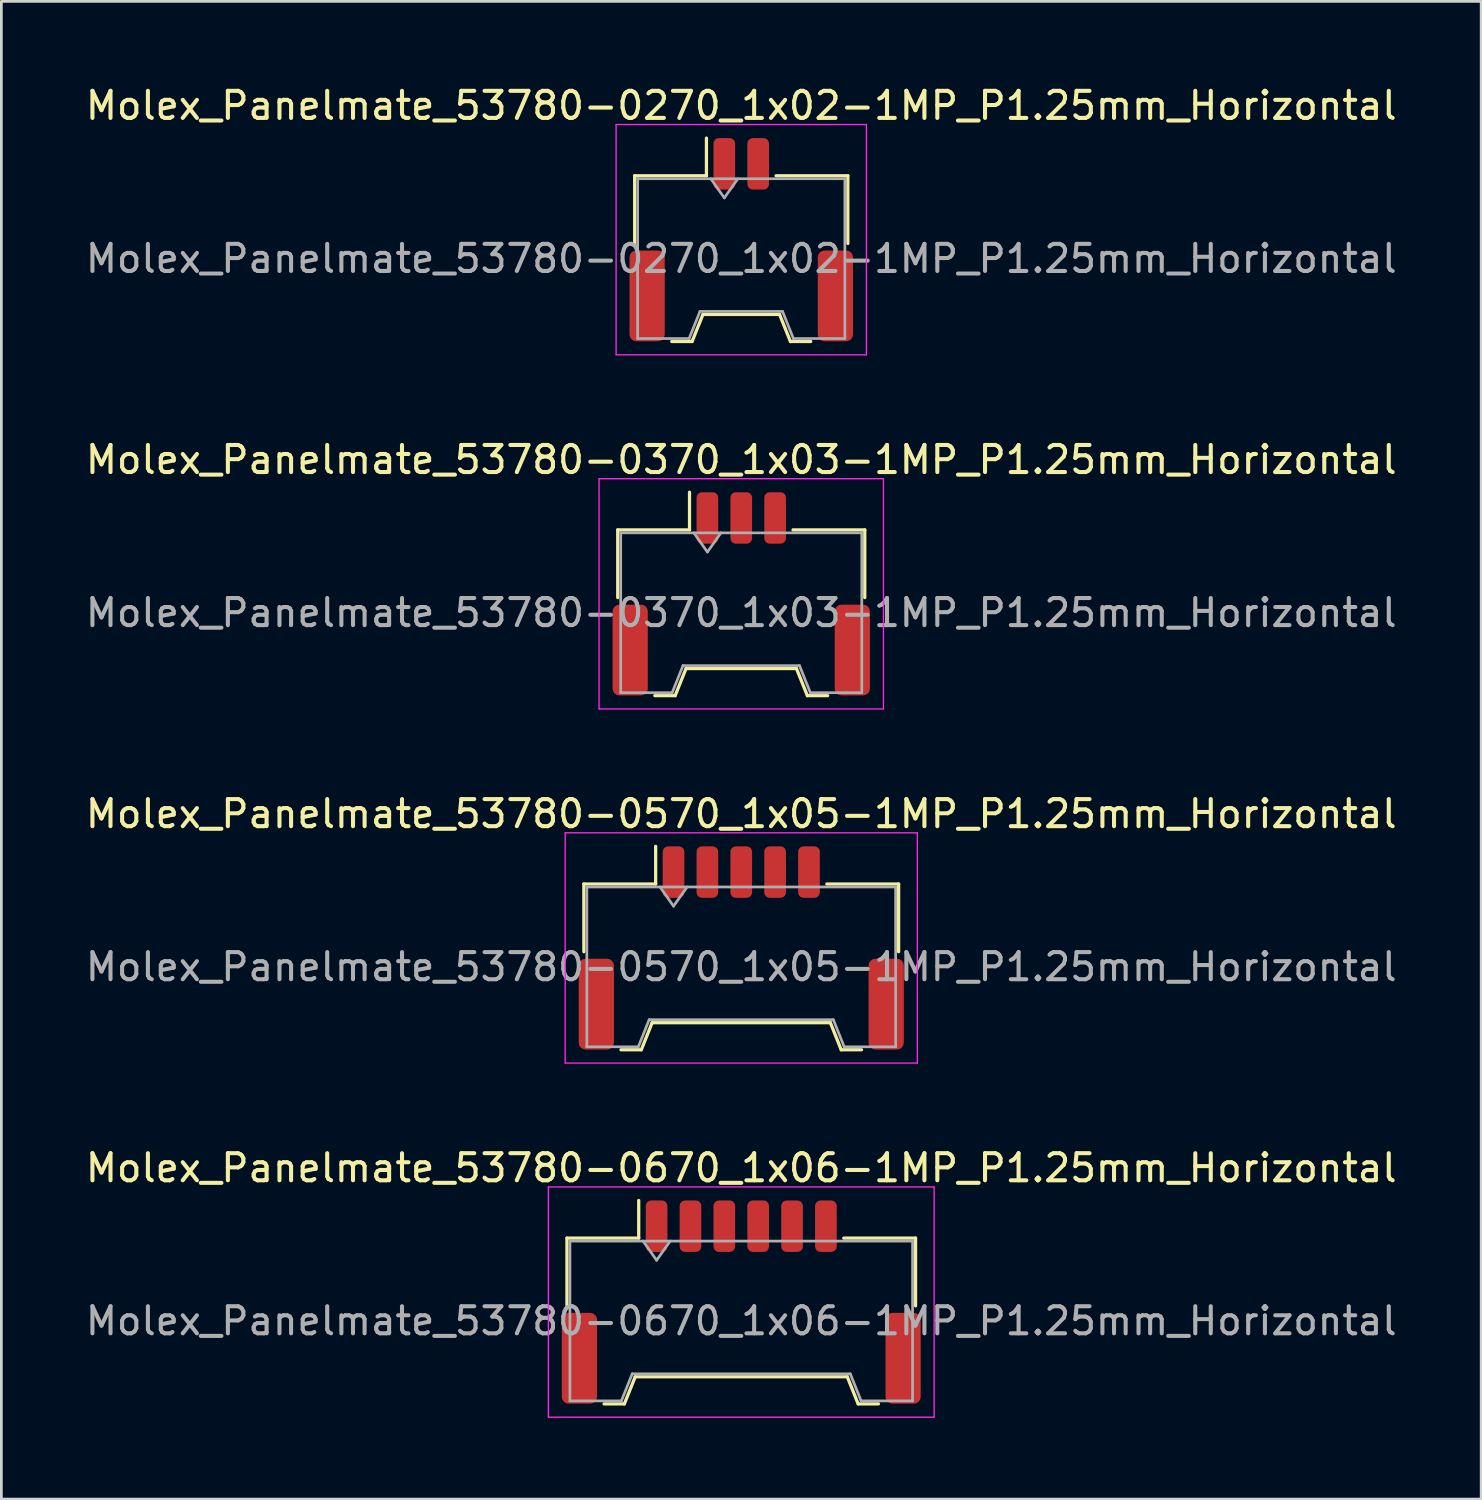
<source format=kicad_pcb>
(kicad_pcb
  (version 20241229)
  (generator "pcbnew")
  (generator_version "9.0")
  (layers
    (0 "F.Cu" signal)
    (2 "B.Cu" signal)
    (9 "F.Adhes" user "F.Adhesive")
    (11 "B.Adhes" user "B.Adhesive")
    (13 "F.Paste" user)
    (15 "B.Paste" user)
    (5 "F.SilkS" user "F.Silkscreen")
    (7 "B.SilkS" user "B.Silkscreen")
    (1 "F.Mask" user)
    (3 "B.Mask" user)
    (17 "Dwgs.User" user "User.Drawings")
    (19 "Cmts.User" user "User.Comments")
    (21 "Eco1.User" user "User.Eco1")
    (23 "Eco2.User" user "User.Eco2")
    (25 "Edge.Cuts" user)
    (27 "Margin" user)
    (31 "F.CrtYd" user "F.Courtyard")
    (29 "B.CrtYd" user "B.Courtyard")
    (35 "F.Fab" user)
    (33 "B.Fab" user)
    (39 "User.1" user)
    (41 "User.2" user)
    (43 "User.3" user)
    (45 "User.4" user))
  (footprint "Molex_Panelmate_53780-0670_1x06-1MP_P1.25mm_Horizontal"
    (layer "F.Cu")
    (at 24.315 45.018)
    (property "Reference" "Molex_Panelmate_53780-0670_1x06-1MP_P1.25mm_Horizontal" (at 0 -4.95 0) (layer "F.SilkS") (effects (font (size 1 1) (thickness 0.15))))
    (attr smd)
    (fp_line (start -6.435 -2.36) (end -3.785 -2.36) (stroke (width 0.12) (type solid)) (layer "F.SilkS"))
    (fp_line (start -6.435 0.14) (end -6.435 -2.36) (stroke (width 0.12) (type solid)) (layer "F.SilkS"))
    (fp_line (start -5.065 3.76) (end -4.315 3.76) (stroke (width 0.12) (type solid)) (layer "F.SilkS"))
    (fp_line (start -4.315 3.76) (end -3.915 2.76) (stroke (width 0.12) (type solid)) (layer "F.SilkS"))
    (fp_line (start -3.915 2.76) (end 3.915 2.76) (stroke (width 0.12) (type solid)) (layer "F.SilkS"))
    (fp_line (start -3.785 -2.36) (end -3.785 -3.75) (stroke (width 0.12) (type solid)) (layer "F.SilkS"))
    (fp_line (start 3.915 2.76) (end 4.315 3.76) (stroke (width 0.12) (type solid)) (layer "F.SilkS"))
    (fp_line (start 4.315 3.76) (end 5.065 3.76) (stroke (width 0.12) (type solid)) (layer "F.SilkS"))
    (fp_line (start 6.435 -2.36) (end 3.785 -2.36) (stroke (width 0.12) (type solid)) (layer "F.SilkS"))
    (fp_line (start 6.435 0.14) (end 6.435 -2.36) (stroke (width 0.12) (type solid)) (layer "F.SilkS"))
    (fp_line (start -7.12 -4.25) (end -7.12 4.25) (stroke (width 0.05) (type solid)) (layer "F.CrtYd"))
    (fp_line (start -7.12 4.25) (end 7.12 4.25) (stroke (width 0.05) (type solid)) (layer "F.CrtYd"))
    (fp_line (start 7.12 -4.25) (end -7.12 -4.25) (stroke (width 0.05) (type solid)) (layer "F.CrtYd"))
    (fp_line (start 7.12 4.25) (end 7.12 -4.25) (stroke (width 0.05) (type solid)) (layer "F.CrtYd"))
    (fp_line (start -6.325 -2.25) (end -6.325 3.65) (stroke (width 0.1) (type solid)) (layer "F.Fab"))
    (fp_line (start -6.325 -2.25) (end 6.325 -2.25) (stroke (width 0.1) (type solid)) (layer "F.Fab"))
    (fp_line (start -6.325 3.65) (end -4.425 3.65) (stroke (width 0.1) (type solid)) (layer "F.Fab"))
    (fp_line (start -4.425 3.65) (end -4.025 2.65) (stroke (width 0.1) (type solid)) (layer "F.Fab"))
    (fp_line (start -4.025 2.65) (end 4.025 2.65) (stroke (width 0.1) (type solid)) (layer "F.Fab"))
    (fp_line (start -3.625 -2.25) (end -3.125 -1.543) (stroke (width 0.1) (type solid)) (layer "F.Fab"))
    (fp_line (start -3.125 -1.543) (end -2.625 -2.25) (stroke (width 0.1) (type solid)) (layer "F.Fab"))
    (fp_line (start 4.025 2.65) (end 4.425 3.65) (stroke (width 0.1) (type solid)) (layer "F.Fab"))
    (fp_line (start 4.425 3.65) (end 6.325 3.65) (stroke (width 0.1) (type solid)) (layer "F.Fab"))
    (fp_line (start 6.325 -2.25) (end 6.325 3.65) (stroke (width 0.1) (type solid)) (layer "F.Fab"))
    (fp_text user "${REFERENCE}" (at 0 0.7 0) (layer "F.Fab") (effects (font (size 1 1) (thickness 0.15))))
    (pad "1" smd roundrect (at -3.125 -2.8) (size 0.8 1.9) (layers "F.Cu" "F.Mask" "F.Paste") (roundrect_rratio 0.25))
    (pad "2" smd roundrect (at -1.875 -2.8) (size 0.8 1.9) (layers "F.Cu" "F.Mask" "F.Paste") (roundrect_rratio 0.25))
    (pad "3" smd roundrect (at -0.625 -2.8) (size 0.8 1.9) (layers "F.Cu" "F.Mask" "F.Paste") (roundrect_rratio 0.25))
    (pad "4" smd roundrect (at 0.625 -2.8) (size 0.8 1.9) (layers "F.Cu" "F.Mask" "F.Paste") (roundrect_rratio 0.25))
    (pad "5" smd roundrect (at 1.875 -2.8) (size 0.8 1.9) (layers "F.Cu" "F.Mask" "F.Paste") (roundrect_rratio 0.25))
    (pad "6" smd roundrect (at 3.125 -2.8) (size 0.8 1.9) (layers "F.Cu" "F.Mask" "F.Paste") (roundrect_rratio 0.25))
    (pad "MP" smd roundrect (at -5.975 2.075) (size 1.3 3.35) (layers "F.Cu" "F.Mask" "F.Paste") (roundrect_rratio 0.192))
    (pad "MP" smd roundrect (at 5.975 2.075) (size 1.3 3.35) (layers "F.Cu" "F.Mask" "F.Paste") (roundrect_rratio 0.192)))
  (footprint "Molex_Panelmate_53780-0570_1x05-1MP_P1.25mm_Horizontal"
    (layer "F.Cu")
    (at 24.315 31.945)
    (property "Reference" "Molex_Panelmate_53780-0570_1x05-1MP_P1.25mm_Horizontal" (at 0 -4.95 0) (layer "F.SilkS") (effects (font (size 1 1) (thickness 0.15))))
    (attr smd)
    (fp_line (start -5.81 -2.36) (end -3.16 -2.36) (stroke (width 0.12) (type solid)) (layer "F.SilkS"))
    (fp_line (start -5.81 0.14) (end -5.81 -2.36) (stroke (width 0.12) (type solid)) (layer "F.SilkS"))
    (fp_line (start -4.44 3.76) (end -3.69 3.76) (stroke (width 0.12) (type solid)) (layer "F.SilkS"))
    (fp_line (start -3.69 3.76) (end -3.29 2.76) (stroke (width 0.12) (type solid)) (layer "F.SilkS"))
    (fp_line (start -3.29 2.76) (end 3.29 2.76) (stroke (width 0.12) (type solid)) (layer "F.SilkS"))
    (fp_line (start -3.16 -2.36) (end -3.16 -3.75) (stroke (width 0.12) (type solid)) (layer "F.SilkS"))
    (fp_line (start 3.29 2.76) (end 3.69 3.76) (stroke (width 0.12) (type solid)) (layer "F.SilkS"))
    (fp_line (start 3.69 3.76) (end 4.44 3.76) (stroke (width 0.12) (type solid)) (layer "F.SilkS"))
    (fp_line (start 5.81 -2.36) (end 3.16 -2.36) (stroke (width 0.12) (type solid)) (layer "F.SilkS"))
    (fp_line (start 5.81 0.14) (end 5.81 -2.36) (stroke (width 0.12) (type solid)) (layer "F.SilkS"))
    (fp_line (start -6.5 -4.25) (end -6.5 4.25) (stroke (width 0.05) (type solid)) (layer "F.CrtYd"))
    (fp_line (start -6.5 4.25) (end 6.5 4.25) (stroke (width 0.05) (type solid)) (layer "F.CrtYd"))
    (fp_line (start 6.5 -4.25) (end -6.5 -4.25) (stroke (width 0.05) (type solid)) (layer "F.CrtYd"))
    (fp_line (start 6.5 4.25) (end 6.5 -4.25) (stroke (width 0.05) (type solid)) (layer "F.CrtYd"))
    (fp_line (start -5.7 -2.25) (end -5.7 3.65) (stroke (width 0.1) (type solid)) (layer "F.Fab"))
    (fp_line (start -5.7 -2.25) (end 5.7 -2.25) (stroke (width 0.1) (type solid)) (layer "F.Fab"))
    (fp_line (start -5.7 3.65) (end -3.8 3.65) (stroke (width 0.1) (type solid)) (layer "F.Fab"))
    (fp_line (start -3.8 3.65) (end -3.4 2.65) (stroke (width 0.1) (type solid)) (layer "F.Fab"))
    (fp_line (start -3.4 2.65) (end 3.4 2.65) (stroke (width 0.1) (type solid)) (layer "F.Fab"))
    (fp_line (start -3 -2.25) (end -2.5 -1.543) (stroke (width 0.1) (type solid)) (layer "F.Fab"))
    (fp_line (start -2.5 -1.543) (end -2 -2.25) (stroke (width 0.1) (type solid)) (layer "F.Fab"))
    (fp_line (start 3.4 2.65) (end 3.8 3.65) (stroke (width 0.1) (type solid)) (layer "F.Fab"))
    (fp_line (start 3.8 3.65) (end 5.7 3.65) (stroke (width 0.1) (type solid)) (layer "F.Fab"))
    (fp_line (start 5.7 -2.25) (end 5.7 3.65) (stroke (width 0.1) (type solid)) (layer "F.Fab"))
    (fp_text user "${REFERENCE}" (at 0 0.7 0) (layer "F.Fab") (effects (font (size 1 1) (thickness 0.15))))
    (pad "1" smd roundrect (at -2.5 -2.8) (size 0.8 1.9) (layers "F.Cu" "F.Mask" "F.Paste") (roundrect_rratio 0.25))
    (pad "2" smd roundrect (at -1.25 -2.8) (size 0.8 1.9) (layers "F.Cu" "F.Mask" "F.Paste") (roundrect_rratio 0.25))
    (pad "3" smd roundrect (at 0 -2.8) (size 0.8 1.9) (layers "F.Cu" "F.Mask" "F.Paste") (roundrect_rratio 0.25))
    (pad "4" smd roundrect (at 1.25 -2.8) (size 0.8 1.9) (layers "F.Cu" "F.Mask" "F.Paste") (roundrect_rratio 0.25))
    (pad "5" smd roundrect (at 2.5 -2.8) (size 0.8 1.9) (layers "F.Cu" "F.Mask" "F.Paste") (roundrect_rratio 0.25))
    (pad "MP" smd roundrect (at -5.35 2.075) (size 1.3 3.35) (layers "F.Cu" "F.Mask" "F.Paste") (roundrect_rratio 0.192))
    (pad "MP" smd roundrect (at 5.35 2.075) (size 1.3 3.35) (layers "F.Cu" "F.Mask" "F.Paste") (roundrect_rratio 0.192)))
  (footprint "Molex_Panelmate_53780-0370_1x03-1MP_P1.25mm_Horizontal"
    (layer "F.Cu")
    (at 24.315 18.872)
    (property "Reference" "Molex_Panelmate_53780-0370_1x03-1MP_P1.25mm_Horizontal" (at 0 -4.95 0) (layer "F.SilkS") (effects (font (size 1 1) (thickness 0.15))))
    (attr smd)
    (fp_line (start -4.56 -2.36) (end -1.91 -2.36) (stroke (width 0.12) (type solid)) (layer "F.SilkS"))
    (fp_line (start -4.56 0.14) (end -4.56 -2.36) (stroke (width 0.12) (type solid)) (layer "F.SilkS"))
    (fp_line (start -3.19 3.76) (end -2.44 3.76) (stroke (width 0.12) (type solid)) (layer "F.SilkS"))
    (fp_line (start -2.44 3.76) (end -2.04 2.76) (stroke (width 0.12) (type solid)) (layer "F.SilkS"))
    (fp_line (start -2.04 2.76) (end 2.04 2.76) (stroke (width 0.12) (type solid)) (layer "F.SilkS"))
    (fp_line (start -1.91 -2.36) (end -1.91 -3.75) (stroke (width 0.12) (type solid)) (layer "F.SilkS"))
    (fp_line (start 2.04 2.76) (end 2.44 3.76) (stroke (width 0.12) (type solid)) (layer "F.SilkS"))
    (fp_line (start 2.44 3.76) (end 3.19 3.76) (stroke (width 0.12) (type solid)) (layer "F.SilkS"))
    (fp_line (start 4.56 -2.36) (end 1.91 -2.36) (stroke (width 0.12) (type solid)) (layer "F.SilkS"))
    (fp_line (start 4.56 0.14) (end 4.56 -2.36) (stroke (width 0.12) (type solid)) (layer "F.SilkS"))
    (fp_line (start -5.25 -4.25) (end -5.25 4.25) (stroke (width 0.05) (type solid)) (layer "F.CrtYd"))
    (fp_line (start -5.25 4.25) (end 5.25 4.25) (stroke (width 0.05) (type solid)) (layer "F.CrtYd"))
    (fp_line (start 5.25 -4.25) (end -5.25 -4.25) (stroke (width 0.05) (type solid)) (layer "F.CrtYd"))
    (fp_line (start 5.25 4.25) (end 5.25 -4.25) (stroke (width 0.05) (type solid)) (layer "F.CrtYd"))
    (fp_line (start -4.45 -2.25) (end -4.45 3.65) (stroke (width 0.1) (type solid)) (layer "F.Fab"))
    (fp_line (start -4.45 -2.25) (end 4.45 -2.25) (stroke (width 0.1) (type solid)) (layer "F.Fab"))
    (fp_line (start -4.45 3.65) (end -2.55 3.65) (stroke (width 0.1) (type solid)) (layer "F.Fab"))
    (fp_line (start -2.55 3.65) (end -2.15 2.65) (stroke (width 0.1) (type solid)) (layer "F.Fab"))
    (fp_line (start -2.15 2.65) (end 2.15 2.65) (stroke (width 0.1) (type solid)) (layer "F.Fab"))
    (fp_line (start -1.75 -2.25) (end -1.25 -1.543) (stroke (width 0.1) (type solid)) (layer "F.Fab"))
    (fp_line (start -1.25 -1.543) (end -0.75 -2.25) (stroke (width 0.1) (type solid)) (layer "F.Fab"))
    (fp_line (start 2.15 2.65) (end 2.55 3.65) (stroke (width 0.1) (type solid)) (layer "F.Fab"))
    (fp_line (start 2.55 3.65) (end 4.45 3.65) (stroke (width 0.1) (type solid)) (layer "F.Fab"))
    (fp_line (start 4.45 -2.25) (end 4.45 3.65) (stroke (width 0.1) (type solid)) (layer "F.Fab"))
    (fp_text user "${REFERENCE}" (at 0 0.7 0) (layer "F.Fab") (effects (font (size 1 1) (thickness 0.15))))
    (pad "1" smd roundrect (at -1.25 -2.8) (size 0.8 1.9) (layers "F.Cu" "F.Mask" "F.Paste") (roundrect_rratio 0.25))
    (pad "2" smd roundrect (at 0 -2.8) (size 0.8 1.9) (layers "F.Cu" "F.Mask" "F.Paste") (roundrect_rratio 0.25))
    (pad "3" smd roundrect (at 1.25 -2.8) (size 0.8 1.9) (layers "F.Cu" "F.Mask" "F.Paste") (roundrect_rratio 0.25))
    (pad "MP" smd roundrect (at -4.1 2.075) (size 1.3 3.35) (layers "F.Cu" "F.Mask" "F.Paste") (roundrect_rratio 0.192))
    (pad "MP" smd roundrect (at 4.1 2.075) (size 1.3 3.35) (layers "F.Cu" "F.Mask" "F.Paste") (roundrect_rratio 0.192)))
  (footprint "Molex_Panelmate_53780-0270_1x02-1MP_P1.25mm_Horizontal"
    (layer "F.Cu")
    (at 24.315 5.798)
    (property "Reference" "Molex_Panelmate_53780-0270_1x02-1MP_P1.25mm_Horizontal" (at 0 -4.95 0) (layer "F.SilkS") (effects (font (size 1 1) (thickness 0.15))))
    (attr smd)
    (fp_line (start -3.935 -2.36) (end -1.285 -2.36) (stroke (width 0.12) (type solid)) (layer "F.SilkS"))
    (fp_line (start -3.935 0.14) (end -3.935 -2.36) (stroke (width 0.12) (type solid)) (layer "F.SilkS"))
    (fp_line (start -2.565 3.76) (end -1.815 3.76) (stroke (width 0.12) (type solid)) (layer "F.SilkS"))
    (fp_line (start -1.815 3.76) (end -1.415 2.76) (stroke (width 0.12) (type solid)) (layer "F.SilkS"))
    (fp_line (start -1.415 2.76) (end 1.415 2.76) (stroke (width 0.12) (type solid)) (layer "F.SilkS"))
    (fp_line (start -1.285 -2.36) (end -1.285 -3.75) (stroke (width 0.12) (type solid)) (layer "F.SilkS"))
    (fp_line (start 1.415 2.76) (end 1.815 3.76) (stroke (width 0.12) (type solid)) (layer "F.SilkS"))
    (fp_line (start 1.815 3.76) (end 2.565 3.76) (stroke (width 0.12) (type solid)) (layer "F.SilkS"))
    (fp_line (start 3.935 -2.36) (end 1.285 -2.36) (stroke (width 0.12) (type solid)) (layer "F.SilkS"))
    (fp_line (start 3.935 0.14) (end 3.935 -2.36) (stroke (width 0.12) (type solid)) (layer "F.SilkS"))
    (fp_line (start -4.62 -4.25) (end -4.62 4.25) (stroke (width 0.05) (type solid)) (layer "F.CrtYd"))
    (fp_line (start -4.62 4.25) (end 4.62 4.25) (stroke (width 0.05) (type solid)) (layer "F.CrtYd"))
    (fp_line (start 4.62 -4.25) (end -4.62 -4.25) (stroke (width 0.05) (type solid)) (layer "F.CrtYd"))
    (fp_line (start 4.62 4.25) (end 4.62 -4.25) (stroke (width 0.05) (type solid)) (layer "F.CrtYd"))
    (fp_line (start -3.825 -2.25) (end -3.825 3.65) (stroke (width 0.1) (type solid)) (layer "F.Fab"))
    (fp_line (start -3.825 -2.25) (end 3.825 -2.25) (stroke (width 0.1) (type solid)) (layer "F.Fab"))
    (fp_line (start -3.825 3.65) (end -1.925 3.65) (stroke (width 0.1) (type solid)) (layer "F.Fab"))
    (fp_line (start -1.925 3.65) (end -1.525 2.65) (stroke (width 0.1) (type solid)) (layer "F.Fab"))
    (fp_line (start -1.525 2.65) (end 1.525 2.65) (stroke (width 0.1) (type solid)) (layer "F.Fab"))
    (fp_line (start -1.125 -2.25) (end -0.625 -1.543) (stroke (width 0.1) (type solid)) (layer "F.Fab"))
    (fp_line (start -0.625 -1.543) (end -0.125 -2.25) (stroke (width 0.1) (type solid)) (layer "F.Fab"))
    (fp_line (start 1.525 2.65) (end 1.925 3.65) (stroke (width 0.1) (type solid)) (layer "F.Fab"))
    (fp_line (start 1.925 3.65) (end 3.825 3.65) (stroke (width 0.1) (type solid)) (layer "F.Fab"))
    (fp_line (start 3.825 -2.25) (end 3.825 3.65) (stroke (width 0.1) (type solid)) (layer "F.Fab"))
    (fp_text user "${REFERENCE}" (at 0 0.7 0) (layer "F.Fab") (effects (font (size 1 1) (thickness 0.15))))
    (pad "1" smd roundrect (at -0.625 -2.8) (size 0.8 1.9) (layers "F.Cu" "F.Mask" "F.Paste") (roundrect_rratio 0.25))
    (pad "2" smd roundrect (at 0.625 -2.8) (size 0.8 1.9) (layers "F.Cu" "F.Mask" "F.Paste") (roundrect_rratio 0.25))
    (pad "MP" smd roundrect (at -3.475 2.075) (size 1.3 3.35) (layers "F.Cu" "F.Mask" "F.Paste") (roundrect_rratio 0.192))
    (pad "MP" smd roundrect (at 3.475 2.075) (size 1.3 3.35) (layers "F.Cu" "F.Mask" "F.Paste") (roundrect_rratio 0.192)))
  (gr_rect
    (start -3 -3)
    (end 51.631 52.293)
    (stroke (width 0.1) (type default))
    (fill no)
    (layer "Edge.Cuts")))
</source>
